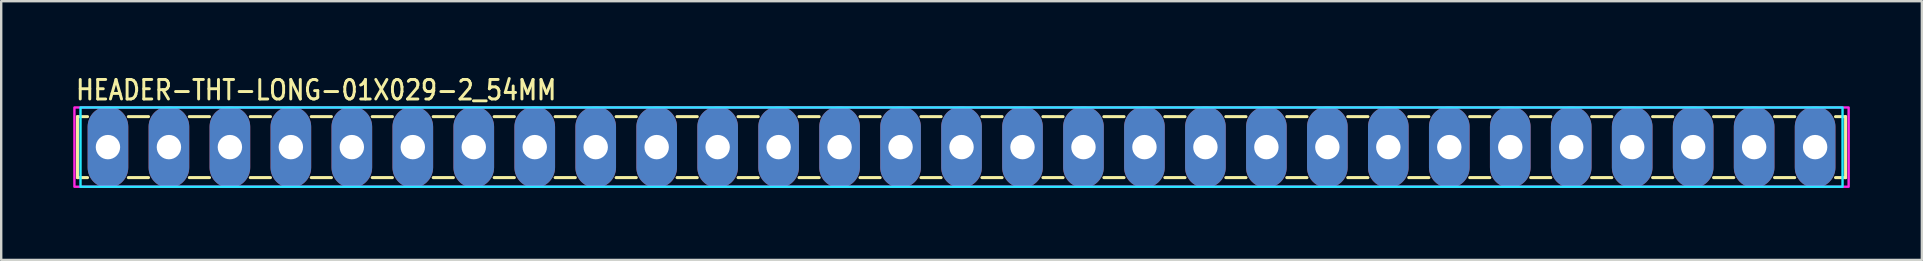
<source format=kicad_pcb>
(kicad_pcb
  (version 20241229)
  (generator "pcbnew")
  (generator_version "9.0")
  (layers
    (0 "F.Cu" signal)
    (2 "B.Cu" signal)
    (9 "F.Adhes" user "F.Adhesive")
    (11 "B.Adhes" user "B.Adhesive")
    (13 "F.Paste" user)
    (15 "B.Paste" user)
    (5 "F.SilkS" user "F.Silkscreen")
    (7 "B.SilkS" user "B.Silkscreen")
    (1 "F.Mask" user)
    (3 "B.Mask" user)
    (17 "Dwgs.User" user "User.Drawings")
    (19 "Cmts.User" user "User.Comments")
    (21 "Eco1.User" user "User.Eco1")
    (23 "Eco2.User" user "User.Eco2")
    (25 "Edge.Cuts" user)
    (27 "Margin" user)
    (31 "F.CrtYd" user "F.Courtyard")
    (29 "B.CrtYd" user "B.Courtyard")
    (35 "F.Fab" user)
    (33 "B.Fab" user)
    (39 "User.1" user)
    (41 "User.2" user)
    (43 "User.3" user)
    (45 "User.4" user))
  (footprint "HEADER-THT-LONG-01X029-2_54MM"
    (layer "F.Cu")
    (at 1.447 3.079)
    (property "Reference" "HEADER-THT-LONG-01X029-2_54MM" (at -1.4 -1.9 0) (unlocked yes) (layer "F.SilkS") (effects (font (size 0.813 0.695) (thickness 0.122)) (justify left bottom)))
    (fp_line (start -1.27 -1.27) (end -1.27 1.27) (stroke (width 0.127) (type solid)) (layer "F.SilkS"))
    (fp_line (start -1.27 1.27) (end -0.85 1.27) (stroke (width 0.127) (type solid)) (layer "F.SilkS"))
    (fp_line (start -0.85 -1.27) (end -1.27 -1.27) (stroke (width 0.127) (type solid)) (layer "F.SilkS"))
    (fp_line (start 0.85 -1.27) (end 1.69 -1.27) (stroke (width 0.127) (type solid)) (layer "F.SilkS"))
    (fp_line (start 0.85 1.27) (end 1.69 1.27) (stroke (width 0.127) (type solid)) (layer "F.SilkS"))
    (fp_line (start 3.39 -1.27) (end 4.23 -1.27) (stroke (width 0.127) (type solid)) (layer "F.SilkS"))
    (fp_line (start 3.39 1.27) (end 4.23 1.27) (stroke (width 0.127) (type solid)) (layer "F.SilkS"))
    (fp_line (start 5.93 -1.27) (end 6.77 -1.27) (stroke (width 0.127) (type solid)) (layer "F.SilkS"))
    (fp_line (start 5.93 1.27) (end 6.77 1.27) (stroke (width 0.127) (type solid)) (layer "F.SilkS"))
    (fp_line (start 8.47 -1.27) (end 9.31 -1.27) (stroke (width 0.127) (type solid)) (layer "F.SilkS"))
    (fp_line (start 8.47 1.27) (end 9.31 1.27) (stroke (width 0.127) (type solid)) (layer "F.SilkS"))
    (fp_line (start 11.01 -1.27) (end 11.85 -1.27) (stroke (width 0.127) (type solid)) (layer "F.SilkS"))
    (fp_line (start 11.01 1.27) (end 11.85 1.27) (stroke (width 0.127) (type solid)) (layer "F.SilkS"))
    (fp_line (start 13.55 -1.27) (end 14.39 -1.27) (stroke (width 0.127) (type solid)) (layer "F.SilkS"))
    (fp_line (start 13.55 1.27) (end 14.39 1.27) (stroke (width 0.127) (type solid)) (layer "F.SilkS"))
    (fp_line (start 16.09 -1.27) (end 16.93 -1.27) (stroke (width 0.127) (type solid)) (layer "F.SilkS"))
    (fp_line (start 16.09 1.27) (end 16.93 1.27) (stroke (width 0.127) (type solid)) (layer "F.SilkS"))
    (fp_line (start 18.63 -1.27) (end 19.47 -1.27) (stroke (width 0.127) (type solid)) (layer "F.SilkS"))
    (fp_line (start 18.63 1.27) (end 19.47 1.27) (stroke (width 0.127) (type solid)) (layer "F.SilkS"))
    (fp_line (start 21.17 -1.27) (end 22.01 -1.27) (stroke (width 0.127) (type solid)) (layer "F.SilkS"))
    (fp_line (start 21.17 1.27) (end 22.01 1.27) (stroke (width 0.127) (type solid)) (layer "F.SilkS"))
    (fp_line (start 23.71 -1.27) (end 24.55 -1.27) (stroke (width 0.127) (type solid)) (layer "F.SilkS"))
    (fp_line (start 23.71 1.27) (end 24.55 1.27) (stroke (width 0.127) (type solid)) (layer "F.SilkS"))
    (fp_line (start 26.25 -1.27) (end 27.09 -1.27) (stroke (width 0.127) (type solid)) (layer "F.SilkS"))
    (fp_line (start 26.25 1.27) (end 27.09 1.27) (stroke (width 0.127) (type solid)) (layer "F.SilkS"))
    (fp_line (start 28.79 -1.27) (end 29.63 -1.27) (stroke (width 0.127) (type solid)) (layer "F.SilkS"))
    (fp_line (start 28.79 1.27) (end 29.63 1.27) (stroke (width 0.127) (type solid)) (layer "F.SilkS"))
    (fp_line (start 31.33 -1.27) (end 32.17 -1.27) (stroke (width 0.127) (type solid)) (layer "F.SilkS"))
    (fp_line (start 31.33 1.27) (end 32.17 1.27) (stroke (width 0.127) (type solid)) (layer "F.SilkS"))
    (fp_line (start 33.87 -1.27) (end 34.71 -1.27) (stroke (width 0.127) (type solid)) (layer "F.SilkS"))
    (fp_line (start 33.87 1.27) (end 34.71 1.27) (stroke (width 0.127) (type solid)) (layer "F.SilkS"))
    (fp_line (start 36.41 -1.27) (end 37.25 -1.27) (stroke (width 0.127) (type solid)) (layer "F.SilkS"))
    (fp_line (start 36.41 1.27) (end 37.25 1.27) (stroke (width 0.127) (type solid)) (layer "F.SilkS"))
    (fp_line (start 38.95 -1.27) (end 39.79 -1.27) (stroke (width 0.127) (type solid)) (layer "F.SilkS"))
    (fp_line (start 38.95 1.27) (end 39.79 1.27) (stroke (width 0.127) (type solid)) (layer "F.SilkS"))
    (fp_line (start 41.49 -1.27) (end 42.33 -1.27) (stroke (width 0.127) (type solid)) (layer "F.SilkS"))
    (fp_line (start 41.49 1.27) (end 42.33 1.27) (stroke (width 0.127) (type solid)) (layer "F.SilkS"))
    (fp_line (start 44.03 -1.27) (end 44.87 -1.27) (stroke (width 0.127) (type solid)) (layer "F.SilkS"))
    (fp_line (start 44.03 1.27) (end 44.87 1.27) (stroke (width 0.127) (type solid)) (layer "F.SilkS"))
    (fp_line (start 46.57 -1.27) (end 47.41 -1.27) (stroke (width 0.127) (type solid)) (layer "F.SilkS"))
    (fp_line (start 46.57 1.27) (end 47.41 1.27) (stroke (width 0.127) (type solid)) (layer "F.SilkS"))
    (fp_line (start 49.11 -1.27) (end 49.95 -1.27) (stroke (width 0.127) (type solid)) (layer "F.SilkS"))
    (fp_line (start 49.11 1.27) (end 49.95 1.27) (stroke (width 0.127) (type solid)) (layer "F.SilkS"))
    (fp_line (start 51.65 -1.27) (end 52.49 -1.27) (stroke (width 0.127) (type solid)) (layer "F.SilkS"))
    (fp_line (start 51.65 1.27) (end 52.49 1.27) (stroke (width 0.127) (type solid)) (layer "F.SilkS"))
    (fp_line (start 54.19 -1.27) (end 55.03 -1.27) (stroke (width 0.127) (type solid)) (layer "F.SilkS"))
    (fp_line (start 54.19 1.27) (end 55.03 1.27) (stroke (width 0.127) (type solid)) (layer "F.SilkS"))
    (fp_line (start 56.73 -1.27) (end 57.57 -1.27) (stroke (width 0.127) (type solid)) (layer "F.SilkS"))
    (fp_line (start 56.73 1.27) (end 57.57 1.27) (stroke (width 0.127) (type solid)) (layer "F.SilkS"))
    (fp_line (start 59.27 -1.27) (end 60.11 -1.27) (stroke (width 0.127) (type solid)) (layer "F.SilkS"))
    (fp_line (start 59.27 1.27) (end 60.11 1.27) (stroke (width 0.127) (type solid)) (layer "F.SilkS"))
    (fp_line (start 61.81 -1.27) (end 62.65 -1.27) (stroke (width 0.127) (type solid)) (layer "F.SilkS"))
    (fp_line (start 61.81 1.27) (end 62.65 1.27) (stroke (width 0.127) (type solid)) (layer "F.SilkS"))
    (fp_line (start 64.35 -1.27) (end 65.19 -1.27) (stroke (width 0.127) (type solid)) (layer "F.SilkS"))
    (fp_line (start 64.35 1.27) (end 65.19 1.27) (stroke (width 0.127) (type solid)) (layer "F.SilkS"))
    (fp_line (start 66.89 -1.27) (end 67.73 -1.27) (stroke (width 0.127) (type solid)) (layer "F.SilkS"))
    (fp_line (start 66.89 1.27) (end 67.73 1.27) (stroke (width 0.127) (type solid)) (layer "F.SilkS"))
    (fp_line (start 69.43 -1.27) (end 70.27 -1.27) (stroke (width 0.127) (type solid)) (layer "F.SilkS"))
    (fp_line (start 69.43 1.27) (end 70.27 1.27) (stroke (width 0.127) (type solid)) (layer "F.SilkS"))
    (fp_line (start 71.97 -1.27) (end 72.39 -1.27) (stroke (width 0.127) (type solid)) (layer "F.SilkS"))
    (fp_line (start 72.39 -1.27) (end 72.39 1.27) (stroke (width 0.127) (type solid)) (layer "F.SilkS"))
    (fp_line (start 72.39 1.27) (end 71.97 1.27) (stroke (width 0.127) (type solid)) (layer "F.SilkS"))
    (fp_poly (pts (xy -1.143 -1.651) (xy 72.263 -1.651) (xy 72.263 1.651) (xy -1.143 1.651)) (stroke (width 0.1) (type solid)) (fill no) (layer "B.CrtYd"))
    (fp_poly (pts (xy -1.397 -1.651) (xy 72.517 -1.651) (xy 72.517 1.651) (xy -1.397 1.651)) (stroke (width 0.1) (type solid)) (fill no) (layer "F.CrtYd"))
    (pad "P$1" thru_hole oval (at 0 0 90) (size 3.387 1.693) (drill 1.016) (layers "*.Cu" "*.Mask"))
    (pad "P$2" thru_hole oval (at 2.54 0 90) (size 3.387 1.693) (drill 1.016) (layers "*.Cu" "*.Mask"))
    (pad "P$3" thru_hole oval (at 5.08 0 90) (size 3.387 1.693) (drill 1.016) (layers "*.Cu" "*.Mask"))
    (pad "P$4" thru_hole oval (at 7.62 0 90) (size 3.387 1.693) (drill 1.016) (layers "*.Cu" "*.Mask"))
    (pad "P$5" thru_hole oval (at 10.16 0 90) (size 3.387 1.693) (drill 1.016) (layers "*.Cu" "*.Mask"))
    (pad "P$6" thru_hole oval (at 12.7 0 90) (size 3.387 1.693) (drill 1.016) (layers "*.Cu" "*.Mask"))
    (pad "P$7" thru_hole oval (at 15.24 0 90) (size 3.387 1.693) (drill 1.016) (layers "*.Cu" "*.Mask"))
    (pad "P$8" thru_hole oval (at 17.78 0 90) (size 3.387 1.693) (drill 1.016) (layers "*.Cu" "*.Mask"))
    (pad "P$9" thru_hole oval (at 20.32 0 90) (size 3.387 1.693) (drill 1.016) (layers "*.Cu" "*.Mask"))
    (pad "P$10" thru_hole oval (at 22.86 0 90) (size 3.387 1.693) (drill 1.016) (layers "*.Cu" "*.Mask"))
    (pad "P$11" thru_hole oval (at 25.4 0 90) (size 3.387 1.693) (drill 1.016) (layers "*.Cu" "*.Mask"))
    (pad "P$12" thru_hole oval (at 27.94 0 90) (size 3.387 1.693) (drill 1.016) (layers "*.Cu" "*.Mask"))
    (pad "P$13" thru_hole oval (at 30.48 0 90) (size 3.387 1.693) (drill 1.016) (layers "*.Cu" "*.Mask"))
    (pad "P$14" thru_hole oval (at 33.02 0 90) (size 3.387 1.693) (drill 1.016) (layers "*.Cu" "*.Mask"))
    (pad "P$15" thru_hole oval (at 35.56 0 90) (size 3.387 1.693) (drill 1.016) (layers "*.Cu" "*.Mask"))
    (pad "P$16" thru_hole oval (at 38.1 0 90) (size 3.387 1.693) (drill 1.016) (layers "*.Cu" "*.Mask"))
    (pad "P$17" thru_hole oval (at 40.64 0 90) (size 3.387 1.693) (drill 1.016) (layers "*.Cu" "*.Mask"))
    (pad "P$18" thru_hole oval (at 43.18 0 90) (size 3.387 1.693) (drill 1.016) (layers "*.Cu" "*.Mask"))
    (pad "P$19" thru_hole oval (at 45.72 0 90) (size 3.387 1.693) (drill 1.016) (layers "*.Cu" "*.Mask"))
    (pad "P$20" thru_hole oval (at 48.26 0 90) (size 3.387 1.693) (drill 1.016) (layers "*.Cu" "*.Mask"))
    (pad "P$21" thru_hole oval (at 50.8 0 90) (size 3.387 1.693) (drill 1.016) (layers "*.Cu" "*.Mask"))
    (pad "P$22" thru_hole oval (at 53.34 0 90) (size 3.387 1.693) (drill 1.016) (layers "*.Cu" "*.Mask"))
    (pad "P$23" thru_hole oval (at 55.88 0 90) (size 3.387 1.693) (drill 1.016) (layers "*.Cu" "*.Mask"))
    (pad "P$24" thru_hole oval (at 58.42 0 90) (size 3.387 1.693) (drill 1.016) (layers "*.Cu" "*.Mask"))
    (pad "P$25" thru_hole oval (at 60.96 0 90) (size 3.387 1.693) (drill 1.016) (layers "*.Cu" "*.Mask"))
    (pad "P$26" thru_hole oval (at 63.5 0 90) (size 3.387 1.693) (drill 1.016) (layers "*.Cu" "*.Mask"))
    (pad "P$27" thru_hole oval (at 66.04 0 90) (size 3.387 1.693) (drill 1.016) (layers "*.Cu" "*.Mask"))
    (pad "P$28" thru_hole oval (at 68.58 0 90) (size 3.387 1.693) (drill 1.016) (layers "*.Cu" "*.Mask"))
    (pad "P$29" thru_hole oval (at 71.12 0 90) (size 3.387 1.693) (drill 1.016) (layers "*.Cu" "*.Mask")))
  (gr_rect
    (start -3 -3)
    (end 77.014 7.78)
    (stroke (width 0.1) (type default))
    (fill no)
    (layer "Edge.Cuts")))
</source>
